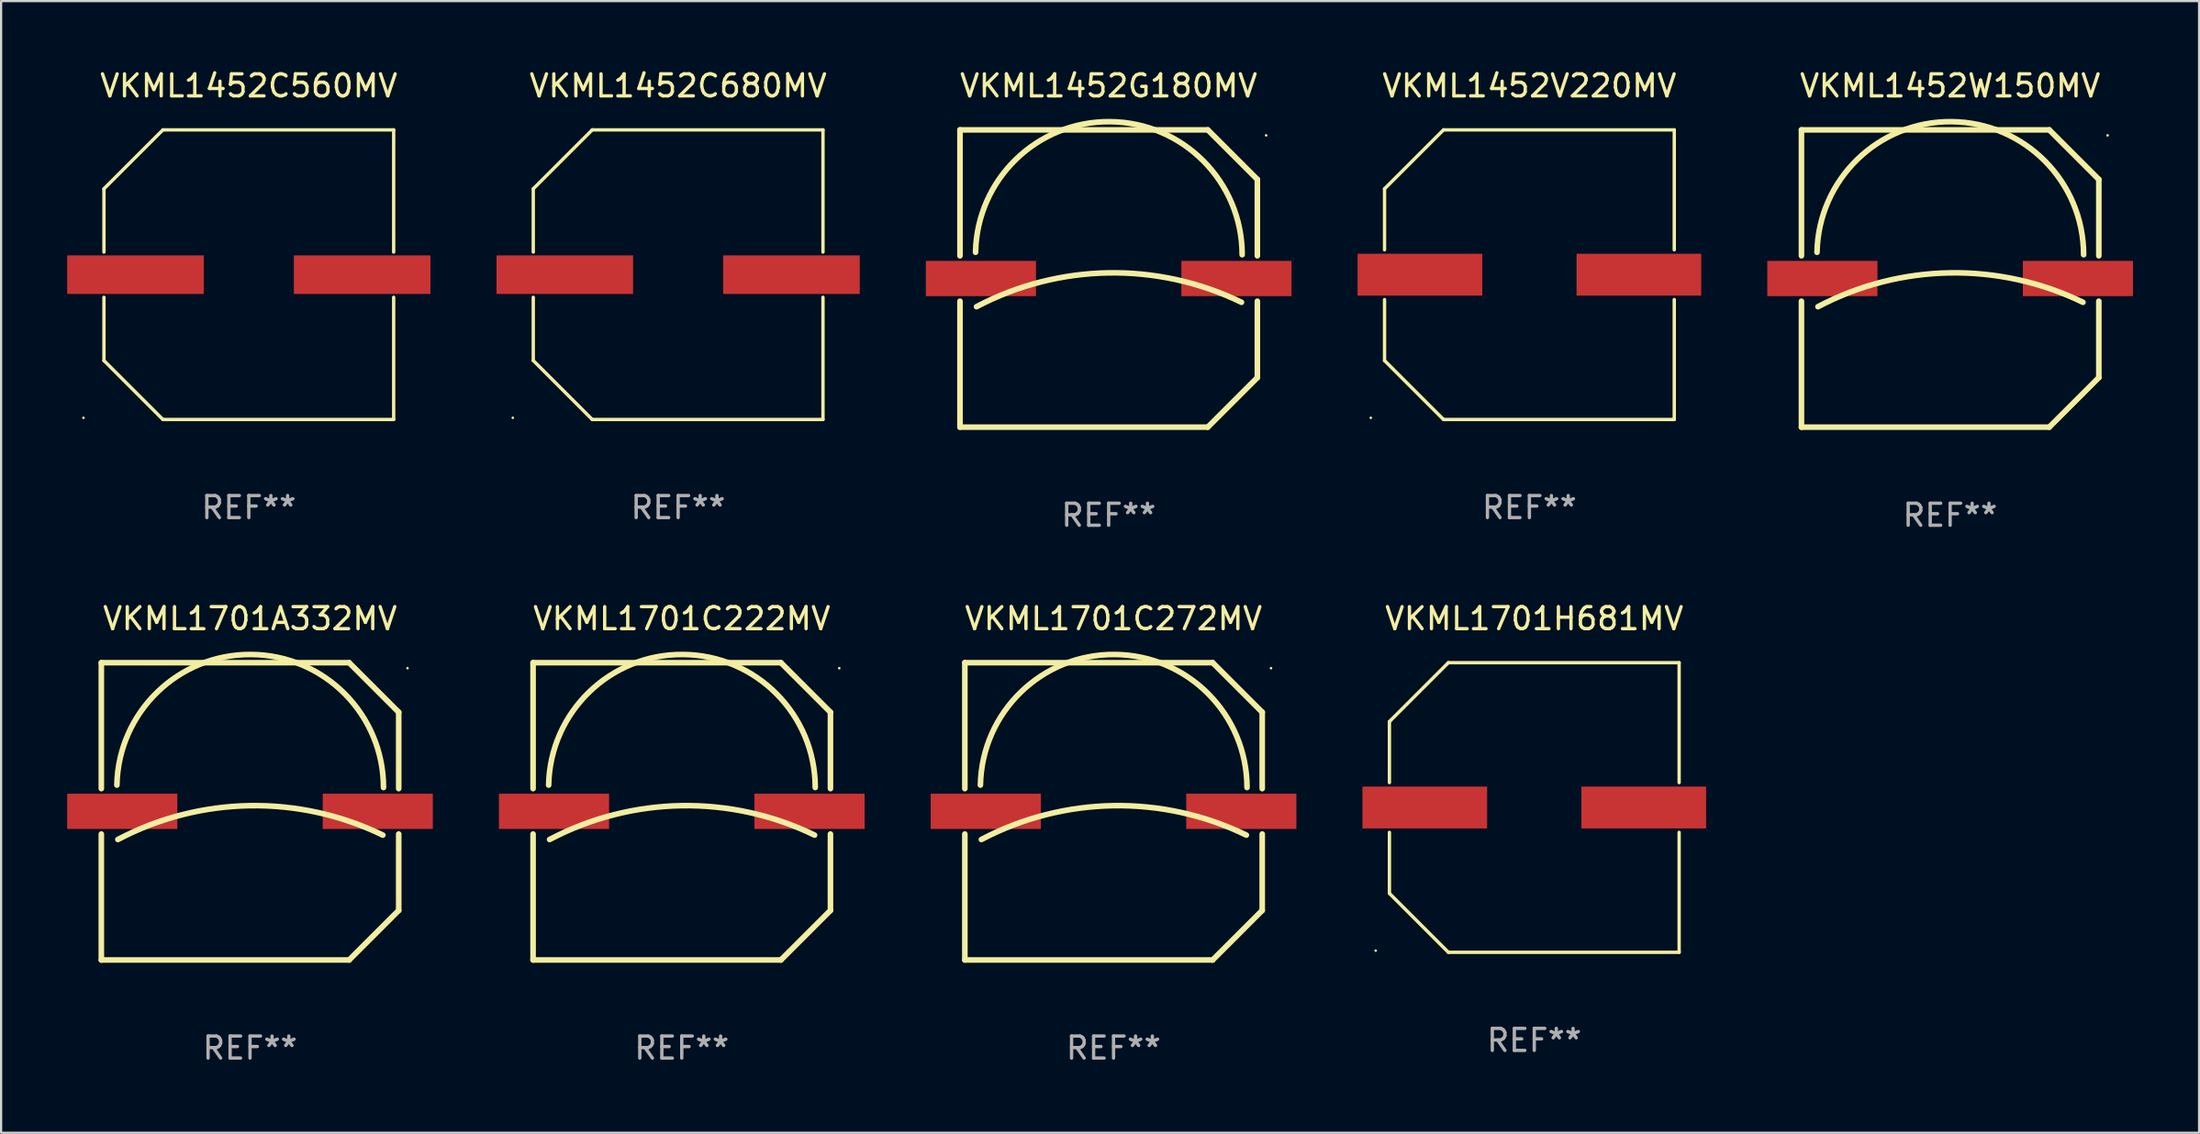
<source format=kicad_pcb>
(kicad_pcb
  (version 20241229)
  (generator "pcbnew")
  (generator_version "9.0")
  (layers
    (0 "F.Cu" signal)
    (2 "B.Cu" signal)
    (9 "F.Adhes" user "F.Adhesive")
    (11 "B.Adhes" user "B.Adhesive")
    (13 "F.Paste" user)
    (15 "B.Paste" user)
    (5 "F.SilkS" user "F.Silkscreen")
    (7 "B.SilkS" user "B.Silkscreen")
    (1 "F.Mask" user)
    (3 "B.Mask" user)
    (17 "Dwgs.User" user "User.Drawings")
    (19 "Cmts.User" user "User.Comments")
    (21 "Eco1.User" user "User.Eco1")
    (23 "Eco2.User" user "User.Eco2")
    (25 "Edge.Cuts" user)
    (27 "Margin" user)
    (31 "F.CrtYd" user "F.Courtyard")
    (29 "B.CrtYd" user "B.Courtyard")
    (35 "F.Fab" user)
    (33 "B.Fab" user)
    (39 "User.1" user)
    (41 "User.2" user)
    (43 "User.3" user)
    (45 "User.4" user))
  (footprint "VKML1701A332MV"
    (layer "F.Cu")
    (at 8.3 33.795)
    (property "Reference" "VKML1701A332MV" (at 0 -8.75 0) (layer "F.SilkS") (effects (font (size 1 1) (thickness 0.15))))
    (attr through_hole)
    (fp_line (start -6.75 -6.75) (end 4.5 -6.75) (stroke (width 0.254) (type solid)) (layer "F.SilkS"))
    (fp_line (start -6.75 -1.031) (end -6.75 -6.75) (stroke (width 0.254) (type solid)) (layer "F.SilkS"))
    (fp_line (start -6.75 6.75) (end -6.75 1.031) (stroke (width 0.254) (type solid)) (layer "F.SilkS"))
    (fp_line (start -6.75 6.75) (end 4.5 6.75) (stroke (width 0.254) (type solid)) (layer "F.SilkS"))
    (fp_line (start 4.5 6.75) (end 6.75 4.5) (stroke (width 0.254) (type solid)) (layer "F.SilkS"))
    (fp_line (start 6.75 -4.5) (end 4.5 -6.75) (stroke (width 0.254) (type solid)) (layer "F.SilkS"))
    (fp_line (start 6.75 -1.031) (end 6.75 -4.5) (stroke (width 0.254) (type solid)) (layer "F.SilkS"))
    (fp_line (start 6.75 4.5) (end 6.75 1.031) (stroke (width 0.254) (type solid)) (layer "F.SilkS"))
    (fp_arc (start -6.043638 -1.190577) (mid 0.06288 -7.123351) (end 6.059995 -1.08001) (stroke (width 0.254001) (type solid)) (layer "F.SilkS"))
    (fp_arc (start -6 1.28001) (mid -0.008883 -0.256469) (end 6.029998 1.08001) (stroke (width 0.254001) (type solid)) (layer "F.SilkS"))
    (fp_circle (center 7.149 -6.5) (end 7.179 -6.5) (stroke (width 0.06) (type solid)) (fill no) (layer "F.SilkS"))
    (fp_text user "REF**" (at 0 10.75 0) (layer "F.Fab") (effects (font (size 1 1) (thickness 0.15))))
    (pad "1" smd rect (at 5.8 0) (size 5 1.6) (layers "F.Cu" "F.Mask" "F.Paste"))
    (pad "2" smd rect (at -5.8 0) (size 5 1.6) (layers "F.Cu" "F.Mask" "F.Paste")))
  (footprint "VKML1452C560MV"
    (layer "F.Cu")
    (at 8.245 9.424)
    (property "Reference" "VKML1452C560MV" (at 0 -8.576 0) (layer "F.SilkS") (effects (font (size 1 1) (thickness 0.15))))
    (attr through_hole)
    (fp_line (start -6.576 -3.9) (end -6.576 -1.027) (stroke (width 0.152) (type solid)) (layer "F.SilkS"))
    (fp_line (start -6.576 3.9) (end -6.576 1.027) (stroke (width 0.152) (type solid)) (layer "F.SilkS"))
    (fp_line (start -3.9 -6.576) (end -6.576 -3.9) (stroke (width 0.152) (type solid)) (layer "F.SilkS"))
    (fp_line (start -3.9 6.576) (end -6.576 3.9) (stroke (width 0.152) (type solid)) (layer "F.SilkS"))
    (fp_line (start 6.576 -6.576) (end -3.9 -6.576) (stroke (width 0.152) (type solid)) (layer "F.SilkS"))
    (fp_line (start 6.576 -1.027) (end 6.576 -6.576) (stroke (width 0.152) (type solid)) (layer "F.SilkS"))
    (fp_line (start 6.576 1.027) (end 6.576 6.576) (stroke (width 0.152) (type solid)) (layer "F.SilkS"))
    (fp_line (start 6.576 6.576) (end -3.9 6.576) (stroke (width 0.152) (type solid)) (layer "F.SilkS"))
    (fp_circle (center -7.506 6.5) (end -7.476 6.5) (stroke (width 0.06) (type solid)) (fill no) (layer "F.SilkS"))
    (fp_text user "REF**" (at 0 10.576 0) (layer "F.Fab") (effects (font (size 1 1) (thickness 0.15))))
    (pad "1" smd rect (at -5.145 0) (size 6.2 1.75) (layers "F.Cu" "F.Mask" "F.Paste"))
    (pad "2" smd rect (at 5.145 0) (size 6.2 1.75) (layers "F.Cu" "F.Mask" "F.Paste")))
  (footprint "VKML1452G180MV"
    (layer "F.Cu")
    (at 47.28 9.598)
    (property "Reference" "VKML1452G180MV" (at 0 -8.75 0) (layer "F.SilkS") (effects (font (size 1 1) (thickness 0.15))))
    (attr through_hole)
    (fp_line (start -6.75 -6.75) (end 4.5 -6.75) (stroke (width 0.254) (type solid)) (layer "F.SilkS"))
    (fp_line (start -6.75 -1.031) (end -6.75 -6.75) (stroke (width 0.254) (type solid)) (layer "F.SilkS"))
    (fp_line (start -6.75 6.75) (end -6.75 1.031) (stroke (width 0.254) (type solid)) (layer "F.SilkS"))
    (fp_line (start -6.75 6.75) (end 4.5 6.75) (stroke (width 0.254) (type solid)) (layer "F.SilkS"))
    (fp_line (start 4.5 6.75) (end 6.75 4.5) (stroke (width 0.254) (type solid)) (layer "F.SilkS"))
    (fp_line (start 6.75 -4.5) (end 4.5 -6.75) (stroke (width 0.254) (type solid)) (layer "F.SilkS"))
    (fp_line (start 6.75 -1.031) (end 6.75 -4.5) (stroke (width 0.254) (type solid)) (layer "F.SilkS"))
    (fp_line (start 6.75 4.5) (end 6.75 1.031) (stroke (width 0.254) (type solid)) (layer "F.SilkS"))
    (fp_arc (start -6.043638 -1.190577) (mid 0.06288 -7.123351) (end 6.059995 -1.08001) (stroke (width 0.254001) (type solid)) (layer "F.SilkS"))
    (fp_arc (start -6 1.28001) (mid -0.008883 -0.256469) (end 6.029998 1.08001) (stroke (width 0.254001) (type solid)) (layer "F.SilkS"))
    (fp_circle (center 7.149 -6.5) (end 7.179 -6.5) (stroke (width 0.06) (type solid)) (fill no) (layer "F.SilkS"))
    (fp_text user "REF**" (at 0 10.75 0) (layer "F.Fab") (effects (font (size 1 1) (thickness 0.15))))
    (pad "1" smd rect (at 5.8 0) (size 5 1.6) (layers "F.Cu" "F.Mask" "F.Paste"))
    (pad "2" smd rect (at -5.8 0) (size 5 1.6) (layers "F.Cu" "F.Mask" "F.Paste")))
  (footprint "VKML1452C680MV"
    (layer "F.Cu")
    (at 27.735 9.424)
    (property "Reference" "VKML1452C680MV" (at 0 -8.576 0) (layer "F.SilkS") (effects (font (size 1 1) (thickness 0.15))))
    (attr through_hole)
    (fp_line (start -6.576 -3.9) (end -6.576 -1.027) (stroke (width 0.152) (type solid)) (layer "F.SilkS"))
    (fp_line (start -6.576 3.9) (end -6.576 1.027) (stroke (width 0.152) (type solid)) (layer "F.SilkS"))
    (fp_line (start -3.9 -6.576) (end -6.576 -3.9) (stroke (width 0.152) (type solid)) (layer "F.SilkS"))
    (fp_line (start -3.9 6.576) (end -6.576 3.9) (stroke (width 0.152) (type solid)) (layer "F.SilkS"))
    (fp_line (start 6.576 -6.576) (end -3.9 -6.576) (stroke (width 0.152) (type solid)) (layer "F.SilkS"))
    (fp_line (start 6.576 -1.027) (end 6.576 -6.576) (stroke (width 0.152) (type solid)) (layer "F.SilkS"))
    (fp_line (start 6.576 1.027) (end 6.576 6.576) (stroke (width 0.152) (type solid)) (layer "F.SilkS"))
    (fp_line (start 6.576 6.576) (end -3.9 6.576) (stroke (width 0.152) (type solid)) (layer "F.SilkS"))
    (fp_circle (center -7.506 6.5) (end -7.476 6.5) (stroke (width 0.06) (type solid)) (fill no) (layer "F.SilkS"))
    (fp_text user "REF**" (at 0 10.576 0) (layer "F.Fab") (effects (font (size 1 1) (thickness 0.15))))
    (pad "1" smd rect (at -5.145 0) (size 6.2 1.75) (layers "F.Cu" "F.Mask" "F.Paste"))
    (pad "2" smd rect (at 5.145 0) (size 6.2 1.75) (layers "F.Cu" "F.Mask" "F.Paste")))
  (footprint "VKML1701C222MV"
    (layer "F.Cu")
    (at 27.9 33.795)
    (property "Reference" "VKML1701C222MV" (at 0 -8.75 0) (layer "F.SilkS") (effects (font (size 1 1) (thickness 0.15))))
    (attr through_hole)
    (fp_line (start -6.75 -6.75) (end 4.5 -6.75) (stroke (width 0.254) (type solid)) (layer "F.SilkS"))
    (fp_line (start -6.75 -1.031) (end -6.75 -6.75) (stroke (width 0.254) (type solid)) (layer "F.SilkS"))
    (fp_line (start -6.75 6.75) (end -6.75 1.031) (stroke (width 0.254) (type solid)) (layer "F.SilkS"))
    (fp_line (start -6.75 6.75) (end 4.5 6.75) (stroke (width 0.254) (type solid)) (layer "F.SilkS"))
    (fp_line (start 4.5 6.75) (end 6.75 4.5) (stroke (width 0.254) (type solid)) (layer "F.SilkS"))
    (fp_line (start 6.75 -4.5) (end 4.5 -6.75) (stroke (width 0.254) (type solid)) (layer "F.SilkS"))
    (fp_line (start 6.75 -1.031) (end 6.75 -4.5) (stroke (width 0.254) (type solid)) (layer "F.SilkS"))
    (fp_line (start 6.75 4.5) (end 6.75 1.031) (stroke (width 0.254) (type solid)) (layer "F.SilkS"))
    (fp_arc (start -6.043638 -1.190577) (mid 0.06288 -7.123351) (end 6.059995 -1.08001) (stroke (width 0.254001) (type solid)) (layer "F.SilkS"))
    (fp_arc (start -6 1.28001) (mid -0.008883 -0.256469) (end 6.029998 1.08001) (stroke (width 0.254001) (type solid)) (layer "F.SilkS"))
    (fp_circle (center 7.149 -6.5) (end 7.179 -6.5) (stroke (width 0.06) (type solid)) (fill no) (layer "F.SilkS"))
    (fp_text user "REF**" (at 0 10.75 0) (layer "F.Fab") (effects (font (size 1 1) (thickness 0.15))))
    (pad "1" smd rect (at 5.8 0) (size 5 1.6) (layers "F.Cu" "F.Mask" "F.Paste"))
    (pad "2" smd rect (at -5.8 0) (size 5 1.6) (layers "F.Cu" "F.Mask" "F.Paste")))
  (footprint "VKML1452V220MV"
    (layer "F.Cu")
    (at 66.38 9.424)
    (property "Reference" "VKML1452V220MV" (at 0 -8.576 0) (layer "F.SilkS") (effects (font (size 1 1) (thickness 0.15))))
    (attr through_hole)
    (fp_line (start -6.576 -3.9) (end -3.9 -6.576) (stroke (width 0.152) (type solid)) (layer "F.SilkS"))
    (fp_line (start -6.576 -1.13) (end -6.576 -3.9) (stroke (width 0.152) (type solid)) (layer "F.SilkS"))
    (fp_line (start -6.576 3.9) (end -6.576 1.13) (stroke (width 0.152) (type solid)) (layer "F.SilkS"))
    (fp_line (start -6.576 3.9) (end -3.9 6.576) (stroke (width 0.152) (type solid)) (layer "F.SilkS"))
    (fp_line (start -3.9 -6.576) (end 6.576 -6.576) (stroke (width 0.152) (type solid)) (layer "F.SilkS"))
    (fp_line (start -3.9 6.576) (end 6.576 6.576) (stroke (width 0.152) (type solid)) (layer "F.SilkS"))
    (fp_line (start 6.576 -6.576) (end 6.576 -1.13) (stroke (width 0.152) (type solid)) (layer "F.SilkS"))
    (fp_line (start 6.576 1.13) (end 6.576 6.576) (stroke (width 0.152) (type solid)) (layer "F.SilkS"))
    (fp_circle (center -7.2 6.5) (end -7.17 6.5) (stroke (width 0.06) (type solid)) (fill no) (layer "F.SilkS"))
    (fp_text user "REF**" (at 0 10.576 0) (layer "F.Fab") (effects (font (size 1 1) (thickness 0.15))))
    (pad "1" smd rect (at -4.97 0) (size 5.66 1.9) (layers "F.Cu" "F.Mask" "F.Paste"))
    (pad "2" smd rect (at 4.97 0) (size 5.66 1.9) (layers "F.Cu" "F.Mask" "F.Paste")))
  (footprint "VKML1701H681MV"
    (layer "F.Cu")
    (at 66.601 33.621)
    (property "Reference" "VKML1701H681MV" (at 0 -8.576 0) (layer "F.SilkS") (effects (font (size 1 1) (thickness 0.15))))
    (attr through_hole)
    (fp_line (start -6.576 -3.9) (end -3.9 -6.576) (stroke (width 0.152) (type solid)) (layer "F.SilkS"))
    (fp_line (start -6.576 -1.13) (end -6.576 -3.9) (stroke (width 0.152) (type solid)) (layer "F.SilkS"))
    (fp_line (start -6.576 3.9) (end -6.576 1.13) (stroke (width 0.152) (type solid)) (layer "F.SilkS"))
    (fp_line (start -6.576 3.9) (end -3.9 6.576) (stroke (width 0.152) (type solid)) (layer "F.SilkS"))
    (fp_line (start -3.9 -6.576) (end 6.576 -6.576) (stroke (width 0.152) (type solid)) (layer "F.SilkS"))
    (fp_line (start -3.9 6.576) (end 6.576 6.576) (stroke (width 0.152) (type solid)) (layer "F.SilkS"))
    (fp_line (start 6.576 -6.576) (end 6.576 -1.13) (stroke (width 0.152) (type solid)) (layer "F.SilkS"))
    (fp_line (start 6.576 1.13) (end 6.576 6.576) (stroke (width 0.152) (type solid)) (layer "F.SilkS"))
    (fp_circle (center -7.2 6.5) (end -7.17 6.5) (stroke (width 0.06) (type solid)) (fill no) (layer "F.SilkS"))
    (fp_text user "REF**" (at 0 10.576 0) (layer "F.Fab") (effects (font (size 1 1) (thickness 0.15))))
    (pad "1" smd rect (at -4.97 0) (size 5.66 1.9) (layers "F.Cu" "F.Mask" "F.Paste"))
    (pad "2" smd rect (at 4.97 0) (size 5.66 1.9) (layers "F.Cu" "F.Mask" "F.Paste")))
  (footprint "VKML1701C272MV"
    (layer "F.Cu")
    (at 47.501 33.795)
    (property "Reference" "VKML1701C272MV" (at 0 -8.75 0) (layer "F.SilkS") (effects (font (size 1 1) (thickness 0.15))))
    (attr through_hole)
    (fp_line (start -6.75 -6.75) (end 4.5 -6.75) (stroke (width 0.254) (type solid)) (layer "F.SilkS"))
    (fp_line (start -6.75 -1.031) (end -6.75 -6.75) (stroke (width 0.254) (type solid)) (layer "F.SilkS"))
    (fp_line (start -6.75 6.75) (end -6.75 1.031) (stroke (width 0.254) (type solid)) (layer "F.SilkS"))
    (fp_line (start -6.75 6.75) (end 4.5 6.75) (stroke (width 0.254) (type solid)) (layer "F.SilkS"))
    (fp_line (start 4.5 6.75) (end 6.75 4.5) (stroke (width 0.254) (type solid)) (layer "F.SilkS"))
    (fp_line (start 6.75 -4.5) (end 4.5 -6.75) (stroke (width 0.254) (type solid)) (layer "F.SilkS"))
    (fp_line (start 6.75 -1.031) (end 6.75 -4.5) (stroke (width 0.254) (type solid)) (layer "F.SilkS"))
    (fp_line (start 6.75 4.5) (end 6.75 1.031) (stroke (width 0.254) (type solid)) (layer "F.SilkS"))
    (fp_arc (start -6.043638 -1.190577) (mid 0.06288 -7.123351) (end 6.059995 -1.08001) (stroke (width 0.254001) (type solid)) (layer "F.SilkS"))
    (fp_arc (start -6 1.28001) (mid -0.008883 -0.256469) (end 6.029998 1.08001) (stroke (width 0.254001) (type solid)) (layer "F.SilkS"))
    (fp_circle (center 7.149 -6.5) (end 7.179 -6.5) (stroke (width 0.06) (type solid)) (fill no) (layer "F.SilkS"))
    (fp_text user "REF**" (at 0 10.75 0) (layer "F.Fab") (effects (font (size 1 1) (thickness 0.15))))
    (pad "1" smd rect (at 5.8 0) (size 5 1.6) (layers "F.Cu" "F.Mask" "F.Paste"))
    (pad "2" smd rect (at -5.8 0) (size 5 1.6) (layers "F.Cu" "F.Mask" "F.Paste")))
  (footprint "VKML1452W150MV"
    (layer "F.Cu")
    (at 85.48 9.598)
    (property "Reference" "VKML1452W150MV" (at 0 -8.75 0) (layer "F.SilkS") (effects (font (size 1 1) (thickness 0.15))))
    (attr through_hole)
    (fp_line (start -6.75 -6.75) (end 4.5 -6.75) (stroke (width 0.254) (type solid)) (layer "F.SilkS"))
    (fp_line (start -6.75 -1.031) (end -6.75 -6.75) (stroke (width 0.254) (type solid)) (layer "F.SilkS"))
    (fp_line (start -6.75 6.75) (end -6.75 1.031) (stroke (width 0.254) (type solid)) (layer "F.SilkS"))
    (fp_line (start -6.75 6.75) (end 4.5 6.75) (stroke (width 0.254) (type solid)) (layer "F.SilkS"))
    (fp_line (start 4.5 6.75) (end 6.75 4.5) (stroke (width 0.254) (type solid)) (layer "F.SilkS"))
    (fp_line (start 6.75 -4.5) (end 4.5 -6.75) (stroke (width 0.254) (type solid)) (layer "F.SilkS"))
    (fp_line (start 6.75 -1.031) (end 6.75 -4.5) (stroke (width 0.254) (type solid)) (layer "F.SilkS"))
    (fp_line (start 6.75 4.5) (end 6.75 1.031) (stroke (width 0.254) (type solid)) (layer "F.SilkS"))
    (fp_arc (start -6.043638 -1.190577) (mid 0.06288 -7.123351) (end 6.059995 -1.08001) (stroke (width 0.254001) (type solid)) (layer "F.SilkS"))
    (fp_arc (start -6 1.28001) (mid -0.008883 -0.256469) (end 6.029998 1.08001) (stroke (width 0.254001) (type solid)) (layer "F.SilkS"))
    (fp_circle (center 7.149 -6.5) (end 7.179 -6.5) (stroke (width 0.06) (type solid)) (fill no) (layer "F.SilkS"))
    (fp_text user "REF**" (at 0 10.75 0) (layer "F.Fab") (effects (font (size 1 1) (thickness 0.15))))
    (pad "1" smd rect (at 5.8 0) (size 5 1.6) (layers "F.Cu" "F.Mask" "F.Paste"))
    (pad "2" smd rect (at -5.8 0) (size 5 1.6) (layers "F.Cu" "F.Mask" "F.Paste")))
  (gr_rect
    (start -3 -3)
    (end 96.781 48.393)
    (stroke (width 0.1) (type default))
    (fill no)
    (layer "Edge.Cuts")))
</source>
